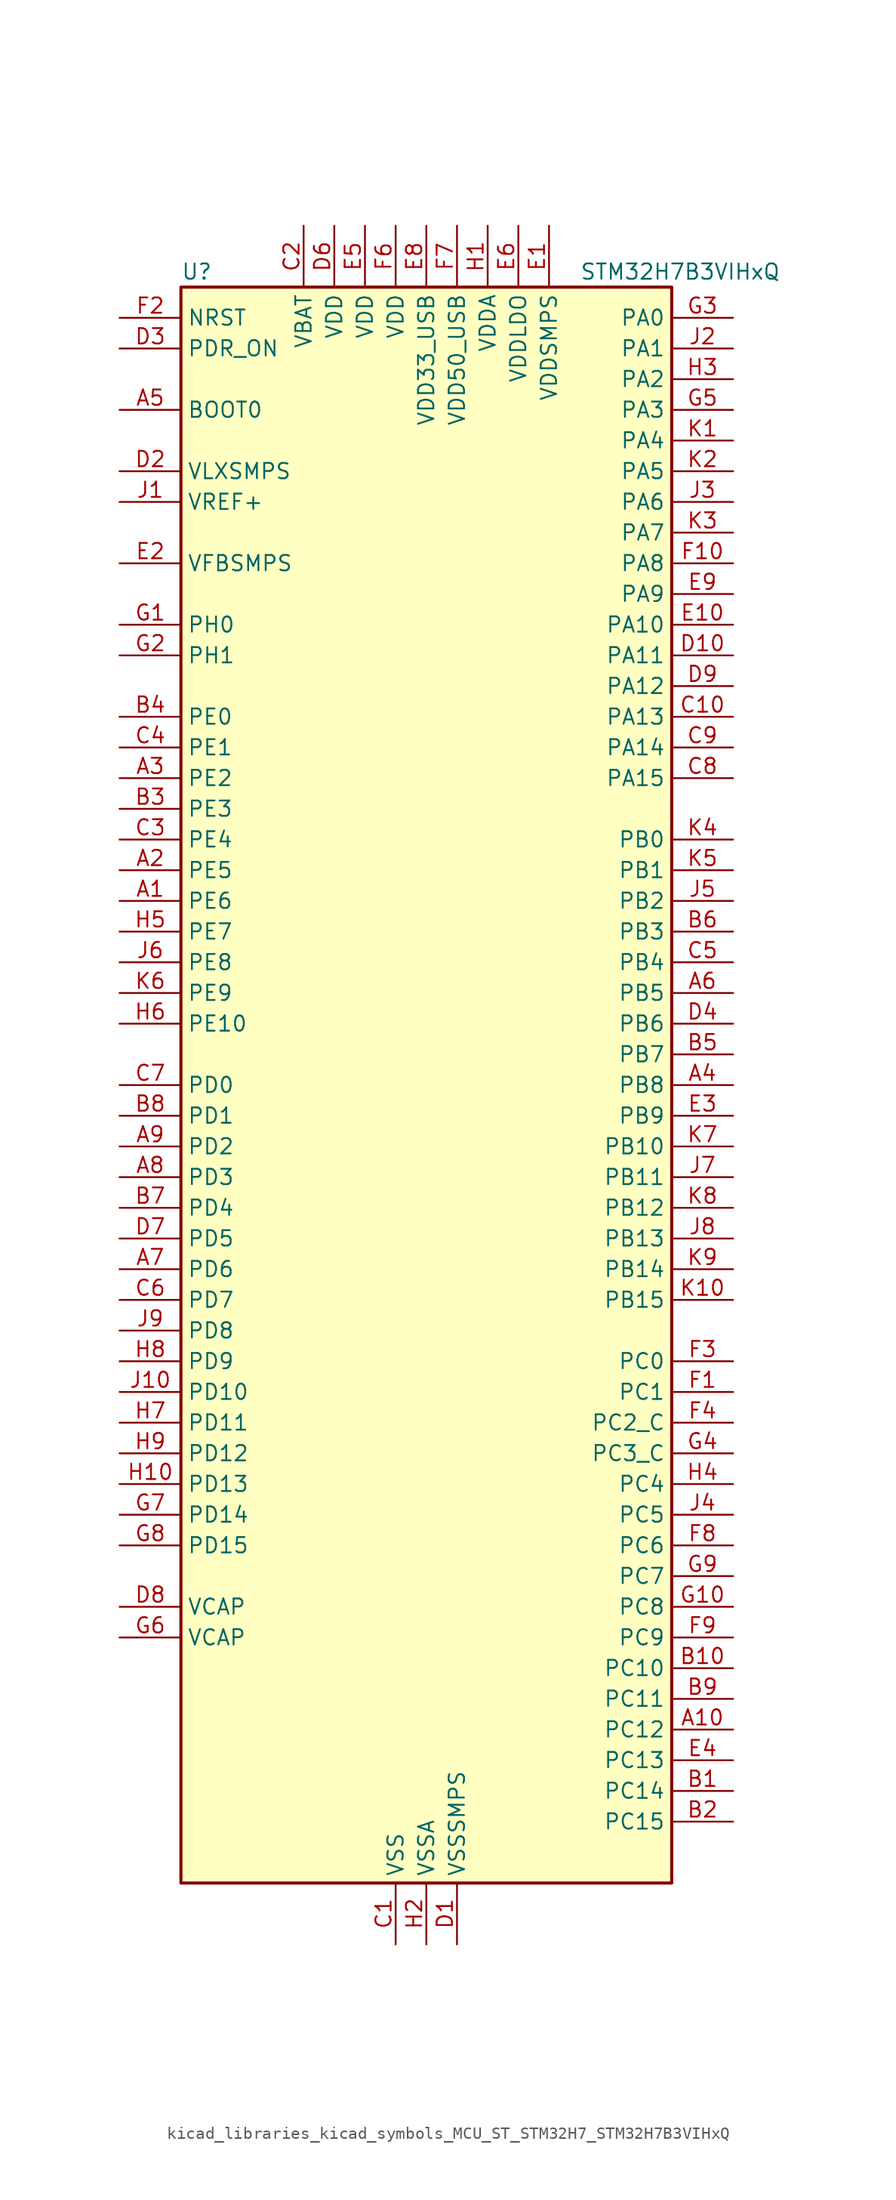
<source format=kicad_sym>
(kicad_symbol_lib
  (version 20220914)
  (generator kicad_symbol_editor)
  (symbol "kicad_libraries_kicad_symbols_MCU_ST_STM32H7_STM32H7B3VIHxQ"
    (property "Reference" "U"
      (at -20.32 67.31 0)
      (effects (font (size 1.27 1.27)) (justify left)))
    (property "Value" "STM32H7B3VIHxQ"
      (at 12.7 67.31 0)
      (effects (font (size 1.27 1.27)) (justify left)))
    (property "ki_locked" ""
      (at 0 0 0)
      (effects (font (size 1.27 1.27))))
    (symbol "kicad_libraries_kicad_symbols_MCU_ST_STM32H7_STM32H7B3VIHxQ_0_1"
      (rectangle (start -20.32 -66.04) (end 20.32 66.04) (stroke (width 0.254) (type default)) (fill (type background))))
    (symbol "kicad_libraries_kicad_symbols_MCU_ST_STM32H7_STM32H7B3VIHxQ_1_1"
      (pin bidirectional line (at -25.4 15.24 0) (length 5.08) (name "PE6" (effects (font (size 1.27 1.27)))) (number "A1" (effects (font (size 1.27 1.27)))) (alternate "DCMI_D7" bidirectional line) (alternate "DEBUG_TRACED3" bidirectional line) (alternate "FMC_A22" bidirectional line) (alternate "LTDC_G1" bidirectional line) (alternate "PSSI_D7" bidirectional line) (alternate "SAI1_D1" bidirectional line) (alternate "SAI1_SD_A" bidirectional line) (alternate "SAI2_MCLK_B" bidirectional line) (alternate "SPI4_MOSI" bidirectional line) (alternate "TIM15_CH2" bidirectional line) (alternate "TIM1_BKIN2" bidirectional line) (alternate "TIM1_BKIN2_COMP1" bidirectional line) (alternate "TIM1_BKIN2_COMP2" bidirectional line))
      (pin bidirectional line (at 25.4 -53.34 180) (length 5.08) (name "PC12" (effects (font (size 1.27 1.27)))) (number "A10" (effects (font (size 1.27 1.27)))) (alternate "DCMI_D9" bidirectional line) (alternate "DEBUG_TRACED3" bidirectional line) (alternate "DFSDM2_CKOUT" bidirectional line) (alternate "I2S3_SDO" bidirectional line) (alternate "I2S6_CK" bidirectional line) (alternate "LTDC_R6" bidirectional line) (alternate "PSSI_D9" bidirectional line) (alternate "SDMMC1_CK" bidirectional line) (alternate "SPI3_MOSI" bidirectional line) (alternate "SPI6_SCK" bidirectional line) (alternate "TIM15_CH1" bidirectional line) (alternate "UART5_TX" bidirectional line) (alternate "USART3_CK" bidirectional line))
      (pin bidirectional line (at -25.4 17.78 0) (length 5.08) (name "PE5" (effects (font (size 1.27 1.27)))) (number "A2" (effects (font (size 1.27 1.27)))) (alternate "DCMI_D6" bidirectional line) (alternate "DEBUG_TRACED2" bidirectional line) (alternate "DFSDM1_CKIN3" bidirectional line) (alternate "FMC_A21" bidirectional line) (alternate "LTDC_G0" bidirectional line) (alternate "PSSI_D6" bidirectional line) (alternate "SAI1_CK2" bidirectional line) (alternate "SAI1_SCK_A" bidirectional line) (alternate "SPI4_MISO" bidirectional line) (alternate "TIM15_CH1" bidirectional line))
      (pin bidirectional line (at -25.4 25.4 0) (length 5.08) (name "PE2" (effects (font (size 1.27 1.27)))) (number "A3" (effects (font (size 1.27 1.27)))) (alternate "DEBUG_TRACECLK" bidirectional line) (alternate "FMC_A23" bidirectional line) (alternate "OCTOSPIM_P1_IO2" bidirectional line) (alternate "SAI1_CK1" bidirectional line) (alternate "SAI1_MCLK_A" bidirectional line) (alternate "SPI4_SCK" bidirectional line) (alternate "USART10_RX" bidirectional line))
      (pin bidirectional line (at 25.4 0 180) (length 5.08) (name "PB8" (effects (font (size 1.27 1.27)))) (number "A4" (effects (font (size 1.27 1.27)))) (alternate "DCMI_D6" bidirectional line) (alternate "DFSDM1_CKIN7" bidirectional line) (alternate "FDCAN1_RX" bidirectional line) (alternate "I2C1_SCL" bidirectional line) (alternate "I2C4_SCL" bidirectional line) (alternate "LTDC_B6" bidirectional line) (alternate "PSSI_D6" bidirectional line) (alternate "SDMMC1_CKIN" bidirectional line) (alternate "SDMMC1_D4" bidirectional line) (alternate "SDMMC2_D4" bidirectional line) (alternate "TIM16_CH1" bidirectional line) (alternate "TIM4_CH3" bidirectional line) (alternate "UART4_RX" bidirectional line))
      (pin input line (at -25.4 55.88 0) (length 5.08) (name "BOOT0" (effects (font (size 1.27 1.27)))) (number "A5" (effects (font (size 1.27 1.27)))))
      (pin bidirectional line (at 25.4 7.62 180) (length 5.08) (name "PB5" (effects (font (size 1.27 1.27)))) (number "A6" (effects (font (size 1.27 1.27)))) (alternate "DCMI_D10" bidirectional line) (alternate "FDCAN2_RX" bidirectional line) (alternate "FMC_SDCKE1" bidirectional line) (alternate "I2C1_SMBA" bidirectional line) (alternate "I2C4_SMBA" bidirectional line) (alternate "I2S1_SDO" bidirectional line) (alternate "I2S3_SDO" bidirectional line) (alternate "I2S6_SDO" bidirectional line) (alternate "LTDC_B5" bidirectional line) (alternate "PSSI_D10" bidirectional line) (alternate "SPI1_MOSI" bidirectional line) (alternate "SPI3_MOSI" bidirectional line) (alternate "SPI6_MOSI" bidirectional line) (alternate "TIM17_BKIN" bidirectional line) (alternate "TIM3_CH2" bidirectional line) (alternate "UART5_RX" bidirectional line) (alternate "USB_OTG_HS_ULPI_D7" bidirectional line))
      (pin bidirectional line (at -25.4 -15.24 0) (length 5.08) (name "PD6" (effects (font (size 1.27 1.27)))) (number "A7" (effects (font (size 1.27 1.27)))) (alternate "DCMI_D10" bidirectional line) (alternate "DFSDM1_CKIN4" bidirectional line) (alternate "DFSDM1_DATIN1" bidirectional line) (alternate "FMC_NWAIT" bidirectional line) (alternate "I2S3_SDO" bidirectional line) (alternate "LTDC_B2" bidirectional line) (alternate "OCTOSPIM_P1_IO6" bidirectional line) (alternate "PSSI_D10" bidirectional line) (alternate "SAI1_D1" bidirectional line) (alternate "SAI1_SD_A" bidirectional line) (alternate "SDMMC2_CK" bidirectional line) (alternate "SPI3_MOSI" bidirectional line) (alternate "USART2_RX" bidirectional line))
      (pin bidirectional line (at -25.4 -7.62 0) (length 5.08) (name "PD3" (effects (font (size 1.27 1.27)))) (number "A8" (effects (font (size 1.27 1.27)))) (alternate "DCMI_D5" bidirectional line) (alternate "DFSDM1_CKOUT" bidirectional line) (alternate "FMC_CLK" bidirectional line) (alternate "I2S2_CK" bidirectional line) (alternate "LTDC_G7" bidirectional line) (alternate "PSSI_D5" bidirectional line) (alternate "SPI2_SCK" bidirectional line) (alternate "USART2_CTS" bidirectional line) (alternate "USART2_NSS" bidirectional line))
      (pin bidirectional line (at -25.4 -5.08 0) (length 5.08) (name "PD2" (effects (font (size 1.27 1.27)))) (number "A9" (effects (font (size 1.27 1.27)))) (alternate "DCMI_D11" bidirectional line) (alternate "DEBUG_TRACED2" bidirectional line) (alternate "LTDC_B2" bidirectional line) (alternate "LTDC_B7" bidirectional line) (alternate "PSSI_D11" bidirectional line) (alternate "SDMMC1_CMD" bidirectional line) (alternate "TIM15_BKIN" bidirectional line) (alternate "TIM3_ETR" bidirectional line) (alternate "UART5_RX" bidirectional line))
      (pin bidirectional line (at 25.4 -58.42 180) (length 5.08) (name "PC14" (effects (font (size 1.27 1.27)))) (number "B1" (effects (font (size 1.27 1.27)))) (alternate "RCC_OSC32_IN" bidirectional line))
      (pin bidirectional line (at 25.4 -48.26 180) (length 5.08) (name "PC10" (effects (font (size 1.27 1.27)))) (number "B10" (effects (font (size 1.27 1.27)))) (alternate "DCMI_D8" bidirectional line) (alternate "DFSDM1_CKIN5" bidirectional line) (alternate "DFSDM2_CKIN0" bidirectional line) (alternate "I2S3_CK" bidirectional line) (alternate "LTDC_B1" bidirectional line) (alternate "LTDC_R2" bidirectional line) (alternate "OCTOSPIM_P1_IO1" bidirectional line) (alternate "PSSI_D8" bidirectional line) (alternate "SDMMC1_D2" bidirectional line) (alternate "SPI3_SCK" bidirectional line) (alternate "SWPMI1_RX" bidirectional line) (alternate "UART4_TX" bidirectional line) (alternate "USART3_TX" bidirectional line))
      (pin bidirectional line (at 25.4 -60.96 180) (length 5.08) (name "PC15" (effects (font (size 1.27 1.27)))) (number "B2" (effects (font (size 1.27 1.27)))) (alternate "ADC1_EXTI15" bidirectional line) (alternate "ADC2_EXTI15" bidirectional line) (alternate "RCC_OSC32_OUT" bidirectional line))
      (pin bidirectional line (at -25.4 22.86 0) (length 5.08) (name "PE3" (effects (font (size 1.27 1.27)))) (number "B3" (effects (font (size 1.27 1.27)))) (alternate "DEBUG_TRACED0" bidirectional line) (alternate "FMC_A19" bidirectional line) (alternate "SAI1_SD_B" bidirectional line) (alternate "TIM15_BKIN" bidirectional line) (alternate "USART10_TX" bidirectional line))
      (pin bidirectional line (at -25.4 30.48 0) (length 5.08) (name "PE0" (effects (font (size 1.27 1.27)))) (number "B4" (effects (font (size 1.27 1.27)))) (alternate "DCMI_D2" bidirectional line) (alternate "FMC_NBL0" bidirectional line) (alternate "LPTIM1_ETR" bidirectional line) (alternate "LPTIM2_ETR" bidirectional line) (alternate "LTDC_R0" bidirectional line) (alternate "PSSI_D2" bidirectional line) (alternate "SAI2_MCLK_A" bidirectional line) (alternate "TIM4_ETR" bidirectional line) (alternate "UART8_RX" bidirectional line))
      (pin bidirectional line (at 25.4 2.54 180) (length 5.08) (name "PB7" (effects (font (size 1.27 1.27)))) (number "B5" (effects (font (size 1.27 1.27)))) (alternate "DCMI_VSYNC" bidirectional line) (alternate "DFSDM1_CKIN5" bidirectional line) (alternate "FMC_NL" bidirectional line) (alternate "I2C1_SDA" bidirectional line) (alternate "I2C4_SDA" bidirectional line) (alternate "LPUART1_RX" bidirectional line) (alternate "PSSI_RDY" bidirectional line) (alternate "PWR_PVD_IN" bidirectional line) (alternate "TIM17_CH1N" bidirectional line) (alternate "TIM4_CH2" bidirectional line) (alternate "USART1_RX" bidirectional line))
      (pin bidirectional line (at 25.4 12.7 180) (length 5.08) (name "PB3" (effects (font (size 1.27 1.27)))) (number "B6" (effects (font (size 1.27 1.27)))) (alternate "CRS_SYNC" bidirectional line) (alternate "DEBUG_JTDO-SWO" bidirectional line) (alternate "I2S1_CK" bidirectional line) (alternate "I2S3_CK" bidirectional line) (alternate "I2S6_CK" bidirectional line) (alternate "SDMMC2_D2" bidirectional line) (alternate "SPI1_SCK" bidirectional line) (alternate "SPI3_SCK" bidirectional line) (alternate "SPI6_SCK" bidirectional line) (alternate "TIM2_CH2" bidirectional line) (alternate "UART7_RX" bidirectional line))
      (pin bidirectional line (at -25.4 -10.16 0) (length 5.08) (name "PD4" (effects (font (size 1.27 1.27)))) (number "B7" (effects (font (size 1.27 1.27)))) (alternate "FMC_NOE" bidirectional line) (alternate "OCTOSPIM_P1_IO4" bidirectional line) (alternate "USART2_DE" bidirectional line) (alternate "USART2_RTS" bidirectional line))
      (pin bidirectional line (at -25.4 -2.54 0) (length 5.08) (name "PD1" (effects (font (size 1.27 1.27)))) (number "B8" (effects (font (size 1.27 1.27)))) (alternate "DFSDM1_DATIN6" bidirectional line) (alternate "FDCAN1_TX" bidirectional line) (alternate "FMC_D3" bidirectional line) (alternate "FMC_DA3" bidirectional line) (alternate "UART4_TX" bidirectional line))
      (pin bidirectional line (at 25.4 -50.8 180) (length 5.08) (name "PC11" (effects (font (size 1.27 1.27)))) (number "B9" (effects (font (size 1.27 1.27)))) (alternate "ADC1_EXTI11" bidirectional line) (alternate "ADC2_EXTI11" bidirectional line) (alternate "DCMI_D4" bidirectional line) (alternate "DFSDM1_DATIN5" bidirectional line) (alternate "DFSDM2_DATIN0" bidirectional line) (alternate "I2S3_SDI" bidirectional line) (alternate "LTDC_B4" bidirectional line) (alternate "OCTOSPIM_P1_NCS" bidirectional line) (alternate "PSSI_D4" bidirectional line) (alternate "SDMMC1_D3" bidirectional line) (alternate "SPI3_MISO" bidirectional line) (alternate "UART4_RX" bidirectional line) (alternate "USART3_RX" bidirectional line))
      (pin power_in line (at -2.54 -71.12 90) (length 5.08) (name "VSS" (effects (font (size 1.27 1.27)))) (number "C1" (effects (font (size 1.27 1.27)))))
      (pin bidirectional line (at 25.4 30.48 180) (length 5.08) (name "PA13" (effects (font (size 1.27 1.27)))) (number "C10" (effects (font (size 1.27 1.27)))) (alternate "DEBUG_JTMS-SWDIO" bidirectional line))
      (pin power_in line (at -10.16 71.12 270) (length 5.08) (name "VBAT" (effects (font (size 1.27 1.27)))) (number "C2" (effects (font (size 1.27 1.27)))))
      (pin bidirectional line (at -25.4 20.32 0) (length 5.08) (name "PE4" (effects (font (size 1.27 1.27)))) (number "C3" (effects (font (size 1.27 1.27)))) (alternate "DCMI_D4" bidirectional line) (alternate "DEBUG_TRACED1" bidirectional line) (alternate "DFSDM1_DATIN3" bidirectional line) (alternate "FMC_A20" bidirectional line) (alternate "LTDC_B0" bidirectional line) (alternate "PSSI_D4" bidirectional line) (alternate "SAI1_D2" bidirectional line) (alternate "SAI1_FS_A" bidirectional line) (alternate "SPI4_NSS" bidirectional line) (alternate "TIM15_CH1N" bidirectional line))
      (pin bidirectional line (at -25.4 27.94 0) (length 5.08) (name "PE1" (effects (font (size 1.27 1.27)))) (number "C4" (effects (font (size 1.27 1.27)))) (alternate "DCMI_D3" bidirectional line) (alternate "FMC_NBL1" bidirectional line) (alternate "LPTIM1_IN2" bidirectional line) (alternate "LTDC_R6" bidirectional line) (alternate "PSSI_D3" bidirectional line) (alternate "UART8_TX" bidirectional line))
      (pin bidirectional line (at 25.4 10.16 180) (length 5.08) (name "PB4" (effects (font (size 1.27 1.27)))) (number "C5" (effects (font (size 1.27 1.27)))) (alternate "DEBUG_JTRST" bidirectional line) (alternate "I2S1_SDI" bidirectional line) (alternate "I2S2_WS" bidirectional line) (alternate "I2S3_SDI" bidirectional line) (alternate "I2S6_SDI" bidirectional line) (alternate "SDMMC2_D3" bidirectional line) (alternate "SPI1_MISO" bidirectional line) (alternate "SPI2_NSS" bidirectional line) (alternate "SPI3_MISO" bidirectional line) (alternate "SPI6_MISO" bidirectional line) (alternate "TIM16_BKIN" bidirectional line) (alternate "TIM3_CH1" bidirectional line) (alternate "UART7_TX" bidirectional line))
      (pin bidirectional line (at -25.4 -17.78 0) (length 5.08) (name "PD7" (effects (font (size 1.27 1.27)))) (number "C6" (effects (font (size 1.27 1.27)))) (alternate "DFSDM1_CKIN1" bidirectional line) (alternate "DFSDM1_DATIN4" bidirectional line) (alternate "FMC_NE1" bidirectional line) (alternate "I2S1_SDO" bidirectional line) (alternate "OCTOSPIM_P1_IO7" bidirectional line) (alternate "SDMMC2_CMD" bidirectional line) (alternate "SPDIFRX_IN0" bidirectional line) (alternate "SPI1_MOSI" bidirectional line) (alternate "USART2_CK" bidirectional line))
      (pin bidirectional line (at -25.4 0 0) (length 5.08) (name "PD0" (effects (font (size 1.27 1.27)))) (number "C7" (effects (font (size 1.27 1.27)))) (alternate "DFSDM1_CKIN6" bidirectional line) (alternate "FDCAN1_RX" bidirectional line) (alternate "FMC_D2" bidirectional line) (alternate "FMC_DA2" bidirectional line) (alternate "LTDC_B1" bidirectional line) (alternate "UART4_RX" bidirectional line) (alternate "UART9_CTS" bidirectional line))
      (pin bidirectional line (at 25.4 25.4 180) (length 5.08) (name "PA15" (effects (font (size 1.27 1.27)))) (number "C8" (effects (font (size 1.27 1.27)))) (alternate "ADC1_EXTI15" bidirectional line) (alternate "ADC2_EXTI15" bidirectional line) (alternate "CEC" bidirectional line) (alternate "DEBUG_JTDI" bidirectional line) (alternate "I2S1_WS" bidirectional line) (alternate "I2S3_WS" bidirectional line) (alternate "I2S6_WS" bidirectional line) (alternate "LTDC_B6" bidirectional line) (alternate "LTDC_R3" bidirectional line) (alternate "SPI1_NSS" bidirectional line) (alternate "SPI3_NSS" bidirectional line) (alternate "SPI6_NSS" bidirectional line) (alternate "TIM2_CH1" bidirectional line) (alternate "TIM2_ETR" bidirectional line) (alternate "UART4_DE" bidirectional line) (alternate "UART4_RTS" bidirectional line) (alternate "UART7_TX" bidirectional line))
      (pin bidirectional line (at 25.4 27.94 180) (length 5.08) (name "PA14" (effects (font (size 1.27 1.27)))) (number "C9" (effects (font (size 1.27 1.27)))) (alternate "DEBUG_JTCK-SWCLK" bidirectional line))
      (pin power_in line (at 2.54 -71.12 90) (length 5.08) (name "VSSSMPS" (effects (font (size 1.27 1.27)))) (number "D1" (effects (font (size 1.27 1.27)))))
      (pin bidirectional line (at 25.4 35.56 180) (length 5.08) (name "PA11" (effects (font (size 1.27 1.27)))) (number "D10" (effects (font (size 1.27 1.27)))) (alternate "ADC1_EXTI11" bidirectional line) (alternate "ADC2_EXTI11" bidirectional line) (alternate "FDCAN1_RX" bidirectional line) (alternate "I2S2_WS" bidirectional line) (alternate "LPUART1_CTS" bidirectional line) (alternate "LTDC_R4" bidirectional line) (alternate "SPI2_NSS" bidirectional line) (alternate "TIM1_CH4" bidirectional line) (alternate "UART4_RX" bidirectional line) (alternate "USART1_CTS" bidirectional line) (alternate "USART1_NSS" bidirectional line) (alternate "USB_OTG_HS_DM" bidirectional line))
      (pin power_in line (at -25.4 50.8 0) (length 5.08) (name "VLXSMPS" (effects (font (size 1.27 1.27)))) (number "D2" (effects (font (size 1.27 1.27)))))
      (pin input line (at -25.4 60.96 0) (length 5.08) (name "PDR_ON" (effects (font (size 1.27 1.27)))) (number "D3" (effects (font (size 1.27 1.27)))))
      (pin bidirectional line (at 25.4 5.08 180) (length 5.08) (name "PB6" (effects (font (size 1.27 1.27)))) (number "D4" (effects (font (size 1.27 1.27)))) (alternate "CEC" bidirectional line) (alternate "DCMI_D5" bidirectional line) (alternate "DFSDM1_DATIN5" bidirectional line) (alternate "FDCAN2_TX" bidirectional line) (alternate "FMC_SDNE1" bidirectional line) (alternate "I2C1_SCL" bidirectional line) (alternate "I2C4_SCL" bidirectional line) (alternate "LPUART1_TX" bidirectional line) (alternate "OCTOSPIM_P1_NCS" bidirectional line) (alternate "PSSI_D5" bidirectional line) (alternate "TIM16_CH1N" bidirectional line) (alternate "TIM4_CH1" bidirectional line) (alternate "UART5_TX" bidirectional line) (alternate "USART1_TX" bidirectional line))
      (pin passive line (at -2.54 -71.12 90) (length 5.08) hide (name "VSS" (effects (font (size 1.27 1.27)))) (number "D5" (effects (font (size 1.27 1.27)))))
      (pin power_in line (at -7.62 71.12 270) (length 5.08) (name "VDD" (effects (font (size 1.27 1.27)))) (number "D6" (effects (font (size 1.27 1.27)))))
      (pin bidirectional line (at -25.4 -12.7 0) (length 5.08) (name "PD5" (effects (font (size 1.27 1.27)))) (number "D7" (effects (font (size 1.27 1.27)))) (alternate "FMC_NWE" bidirectional line) (alternate "OCTOSPIM_P1_IO5" bidirectional line) (alternate "USART2_TX" bidirectional line))
      (pin power_out line (at -25.4 -43.18 0) (length 5.08) (name "VCAP" (effects (font (size 1.27 1.27)))) (number "D8" (effects (font (size 1.27 1.27)))))
      (pin bidirectional line (at 25.4 33.02 180) (length 5.08) (name "PA12" (effects (font (size 1.27 1.27)))) (number "D9" (effects (font (size 1.27 1.27)))) (alternate "FDCAN1_TX" bidirectional line) (alternate "I2S2_CK" bidirectional line) (alternate "LPUART1_DE" bidirectional line) (alternate "LPUART1_RTS" bidirectional line) (alternate "LTDC_R5" bidirectional line) (alternate "SAI2_FS_B" bidirectional line) (alternate "SPI2_SCK" bidirectional line) (alternate "TIM1_ETR" bidirectional line) (alternate "UART4_TX" bidirectional line) (alternate "USART1_DE" bidirectional line) (alternate "USART1_RTS" bidirectional line) (alternate "USB_OTG_HS_DP" bidirectional line))
      (pin power_in line (at 10.16 71.12 270) (length 5.08) (name "VDDSMPS" (effects (font (size 1.27 1.27)))) (number "E1" (effects (font (size 1.27 1.27)))))
      (pin bidirectional line (at 25.4 38.1 180) (length 5.08) (name "PA10" (effects (font (size 1.27 1.27)))) (number "E10" (effects (font (size 1.27 1.27)))) (alternate "DCMI_D1" bidirectional line) (alternate "LPUART1_RX" bidirectional line) (alternate "LTDC_B1" bidirectional line) (alternate "LTDC_B4" bidirectional line) (alternate "MDIOS_MDIO" bidirectional line) (alternate "PSSI_D1" bidirectional line) (alternate "TIM1_CH3" bidirectional line) (alternate "USART1_RX" bidirectional line) (alternate "USB_OTG_HS_ID" bidirectional line))
      (pin input line (at -25.4 43.18 0) (length 5.08) (name "VFBSMPS" (effects (font (size 1.27 1.27)))) (number "E2" (effects (font (size 1.27 1.27)))))
      (pin bidirectional line (at 25.4 -2.54 180) (length 5.08) (name "PB9" (effects (font (size 1.27 1.27)))) (number "E3" (effects (font (size 1.27 1.27)))) (alternate "DAC1_EXTI9" bidirectional line) (alternate "DCMI_D7" bidirectional line) (alternate "DFSDM1_DATIN7" bidirectional line) (alternate "FDCAN1_TX" bidirectional line) (alternate "I2C1_SDA" bidirectional line) (alternate "I2C4_SDA" bidirectional line) (alternate "I2C4_SMBA" bidirectional line) (alternate "I2S2_WS" bidirectional line) (alternate "LTDC_B7" bidirectional line) (alternate "PSSI_D7" bidirectional line) (alternate "SDMMC1_CDIR" bidirectional line) (alternate "SDMMC1_D5" bidirectional line) (alternate "SDMMC2_D5" bidirectional line) (alternate "SPI2_NSS" bidirectional line) (alternate "TIM17_CH1" bidirectional line) (alternate "TIM4_CH4" bidirectional line) (alternate "UART4_TX" bidirectional line))
      (pin bidirectional line (at 25.4 -55.88 180) (length 5.08) (name "PC13" (effects (font (size 1.27 1.27)))) (number "E4" (effects (font (size 1.27 1.27)))) (alternate "PWR_WKUP4" bidirectional line) (alternate "RTC_OUT_ALARM" bidirectional line) (alternate "RTC_OUT_CALIB" bidirectional line) (alternate "RTC_TAMP1" bidirectional line) (alternate "RTC_TS" bidirectional line))
      (pin power_in line (at -5.08 71.12 270) (length 5.08) (name "VDD" (effects (font (size 1.27 1.27)))) (number "E5" (effects (font (size 1.27 1.27)))))
      (pin power_in line (at 7.62 71.12 270) (length 5.08) (name "VDDLDO" (effects (font (size 1.27 1.27)))) (number "E6" (effects (font (size 1.27 1.27)))))
      (pin passive line (at -2.54 -71.12 90) (length 5.08) hide (name "VSS" (effects (font (size 1.27 1.27)))) (number "E7" (effects (font (size 1.27 1.27)))))
      (pin power_in line (at 0 71.12 270) (length 5.08) (name "VDD33_USB" (effects (font (size 1.27 1.27)))) (number "E8" (effects (font (size 1.27 1.27)))))
      (pin bidirectional line (at 25.4 40.64 180) (length 5.08) (name "PA9" (effects (font (size 1.27 1.27)))) (number "E9" (effects (font (size 1.27 1.27)))) (alternate "DAC1_EXTI9" bidirectional line) (alternate "DCMI_D0" bidirectional line) (alternate "I2C3_SMBA" bidirectional line) (alternate "I2S2_CK" bidirectional line) (alternate "LPUART1_TX" bidirectional line) (alternate "LTDC_R5" bidirectional line) (alternate "PSSI_D0" bidirectional line) (alternate "SPI2_SCK" bidirectional line) (alternate "TIM1_CH2" bidirectional line) (alternate "USART1_TX" bidirectional line) (alternate "USB_OTG_HS_VBUS" bidirectional line))
      (pin bidirectional line (at 25.4 -25.4 180) (length 5.08) (name "PC1" (effects (font (size 1.27 1.27)))) (number "F1" (effects (font (size 1.27 1.27)))) (alternate "ADC1_INN10" bidirectional line) (alternate "ADC1_INP11" bidirectional line) (alternate "ADC2_INN10" bidirectional line) (alternate "ADC2_INP11" bidirectional line) (alternate "DEBUG_TRACED0" bidirectional line) (alternate "DFSDM1_CKIN4" bidirectional line) (alternate "DFSDM1_DATIN0" bidirectional line) (alternate "I2S2_SDO" bidirectional line) (alternate "LTDC_G5" bidirectional line) (alternate "MDIOS_MDC" bidirectional line) (alternate "OCTOSPIM_P1_IO4" bidirectional line) (alternate "PWR_WKUP6" bidirectional line) (alternate "RTC_TAMP3" bidirectional line) (alternate "SAI1_D1" bidirectional line) (alternate "SAI1_SD_A" bidirectional line) (alternate "SDMMC2_CK" bidirectional line) (alternate "SPI2_MOSI" bidirectional line))
      (pin bidirectional line (at 25.4 43.18 180) (length 5.08) (name "PA8" (effects (font (size 1.27 1.27)))) (number "F10" (effects (font (size 1.27 1.27)))) (alternate "I2C3_SCL" bidirectional line) (alternate "LTDC_B3" bidirectional line) (alternate "LTDC_R6" bidirectional line) (alternate "RCC_MCO_1" bidirectional line) (alternate "TIM1_CH1" bidirectional line) (alternate "TIM8_BKIN2" bidirectional line) (alternate "TIM8_BKIN2_COMP1" bidirectional line) (alternate "TIM8_BKIN2_COMP2" bidirectional line) (alternate "UART7_RX" bidirectional line) (alternate "USART1_CK" bidirectional line) (alternate "USB_OTG_HS_SOF" bidirectional line))
      (pin input line (at -25.4 63.5 0) (length 5.08) (name "NRST" (effects (font (size 1.27 1.27)))) (number "F2" (effects (font (size 1.27 1.27)))))
      (pin bidirectional line (at 25.4 -22.86 180) (length 5.08) (name "PC0" (effects (font (size 1.27 1.27)))) (number "F3" (effects (font (size 1.27 1.27)))) (alternate "ADC1_INP10" bidirectional line) (alternate "ADC2_INP10" bidirectional line) (alternate "DFSDM1_CKIN0" bidirectional line) (alternate "DFSDM1_DATIN4" bidirectional line) (alternate "FMC_A25" bidirectional line) (alternate "FMC_SDNWE" bidirectional line) (alternate "LTDC_G2" bidirectional line) (alternate "LTDC_R5" bidirectional line) (alternate "SAI2_FS_B" bidirectional line) (alternate "USB_OTG_HS_ULPI_STP" bidirectional line))
      (pin bidirectional line (at 25.4 -27.94 180) (length 5.08) (name "PC2_C" (effects (font (size 1.27 1.27)))) (number "F4" (effects (font (size 1.27 1.27)))) (alternate "ADC2_INN1" bidirectional line) (alternate "ADC2_INP0" bidirectional line) (alternate "DFSDM1_CKIN1" bidirectional line) (alternate "DFSDM1_CKOUT" bidirectional line) (alternate "FMC_SDNE0" bidirectional line) (alternate "I2S2_SDI" bidirectional line) (alternate "OCTOSPIM_P1_IO2" bidirectional line) (alternate "OCTOSPIM_P1_IO5" bidirectional line) (alternate "PWR_CSTOP" bidirectional line) (alternate "SPI2_MISO" bidirectional line) (alternate "USB_OTG_HS_ULPI_DIR" bidirectional line))
      (pin passive line (at -2.54 -71.12 90) (length 5.08) hide (name "VSS" (effects (font (size 1.27 1.27)))) (number "F5" (effects (font (size 1.27 1.27)))))
      (pin power_in line (at -2.54 71.12 270) (length 5.08) (name "VDD" (effects (font (size 1.27 1.27)))) (number "F6" (effects (font (size 1.27 1.27)))))
      (pin power_in line (at 2.54 71.12 270) (length 5.08) (name "VDD50_USB" (effects (font (size 1.27 1.27)))) (number "F7" (effects (font (size 1.27 1.27)))))
      (pin bidirectional line (at 25.4 -38.1 180) (length 5.08) (name "PC6" (effects (font (size 1.27 1.27)))) (number "F8" (effects (font (size 1.27 1.27)))) (alternate "DCMI_D0" bidirectional line) (alternate "DFSDM1_CKIN3" bidirectional line) (alternate "FMC_NWAIT" bidirectional line) (alternate "I2S2_MCK" bidirectional line) (alternate "LTDC_HSYNC" bidirectional line) (alternate "PSSI_D0" bidirectional line) (alternate "SDMMC1_D0DIR" bidirectional line) (alternate "SDMMC1_D6" bidirectional line) (alternate "SDMMC2_D6" bidirectional line) (alternate "SWPMI1_IO" bidirectional line) (alternate "TIM3_CH1" bidirectional line) (alternate "TIM8_CH1" bidirectional line) (alternate "USART6_TX" bidirectional line))
      (pin bidirectional line (at 25.4 -45.72 180) (length 5.08) (name "PC9" (effects (font (size 1.27 1.27)))) (number "F9" (effects (font (size 1.27 1.27)))) (alternate "DAC1_EXTI9" bidirectional line) (alternate "DCMI_D3" bidirectional line) (alternate "I2C3_SDA" bidirectional line) (alternate "I2S_CKIN" bidirectional line) (alternate "LTDC_B2" bidirectional line) (alternate "LTDC_G3" bidirectional line) (alternate "OCTOSPIM_P1_IO0" bidirectional line) (alternate "PSSI_D3" bidirectional line) (alternate "RCC_MCO_2" bidirectional line) (alternate "SDMMC1_D1" bidirectional line) (alternate "SWPMI1_SUSPEND" bidirectional line) (alternate "TIM3_CH4" bidirectional line) (alternate "TIM8_CH4" bidirectional line) (alternate "UART5_CTS" bidirectional line))
      (pin bidirectional line (at -25.4 38.1 0) (length 5.08) (name "PH0" (effects (font (size 1.27 1.27)))) (number "G1" (effects (font (size 1.27 1.27)))) (alternate "RCC_OSC_IN" bidirectional line))
      (pin bidirectional line (at 25.4 -43.18 180) (length 5.08) (name "PC8" (effects (font (size 1.27 1.27)))) (number "G10" (effects (font (size 1.27 1.27)))) (alternate "DCMI_D2" bidirectional line) (alternate "DEBUG_TRACED1" bidirectional line) (alternate "FMC_INT" bidirectional line) (alternate "FMC_NCE" bidirectional line) (alternate "FMC_NE2" bidirectional line) (alternate "PSSI_D2" bidirectional line) (alternate "SDMMC1_D0" bidirectional line) (alternate "SWPMI1_RX" bidirectional line) (alternate "TIM3_CH3" bidirectional line) (alternate "TIM8_CH3" bidirectional line) (alternate "UART5_DE" bidirectional line) (alternate "UART5_RTS" bidirectional line) (alternate "USART6_CK" bidirectional line))
      (pin bidirectional line (at -25.4 35.56 0) (length 5.08) (name "PH1" (effects (font (size 1.27 1.27)))) (number "G2" (effects (font (size 1.27 1.27)))) (alternate "RCC_OSC_OUT" bidirectional line))
      (pin bidirectional line (at 25.4 63.5 180) (length 5.08) (name "PA0" (effects (font (size 1.27 1.27)))) (number "G3" (effects (font (size 1.27 1.27)))) (alternate "ADC1_INP16" bidirectional line) (alternate "I2S6_WS" bidirectional line) (alternate "PWR_WKUP1" bidirectional line) (alternate "SAI2_SD_B" bidirectional line) (alternate "SDMMC2_CMD" bidirectional line) (alternate "SPI6_NSS" bidirectional line) (alternate "TIM15_BKIN" bidirectional line) (alternate "TIM2_CH1" bidirectional line) (alternate "TIM2_ETR" bidirectional line) (alternate "TIM5_CH1" bidirectional line) (alternate "TIM8_ETR" bidirectional line) (alternate "UART4_TX" bidirectional line) (alternate "USART2_CTS" bidirectional line) (alternate "USART2_NSS" bidirectional line))
      (pin bidirectional line (at 25.4 -30.48 180) (length 5.08) (name "PC3_C" (effects (font (size 1.27 1.27)))) (number "G4" (effects (font (size 1.27 1.27)))) (alternate "ADC2_INP1" bidirectional line) (alternate "DFSDM1_DATIN1" bidirectional line) (alternate "FMC_SDCKE0" bidirectional line) (alternate "I2S2_SDO" bidirectional line) (alternate "OCTOSPIM_P1_IO0" bidirectional line) (alternate "OCTOSPIM_P1_IO6" bidirectional line) (alternate "PWR_CSLEEP" bidirectional line) (alternate "SPI2_MOSI" bidirectional line) (alternate "USB_OTG_HS_ULPI_NXT" bidirectional line))
      (pin bidirectional line (at 25.4 55.88 180) (length 5.08) (name "PA3" (effects (font (size 1.27 1.27)))) (number "G5" (effects (font (size 1.27 1.27)))) (alternate "ADC1_INP15" bidirectional line) (alternate "I2S6_MCK" bidirectional line) (alternate "LTDC_B2" bidirectional line) (alternate "LTDC_B5" bidirectional line) (alternate "OCTOSPIM_P1_CLK" bidirectional line) (alternate "TIM15_CH2" bidirectional line) (alternate "TIM2_CH4" bidirectional line) (alternate "TIM5_CH4" bidirectional line) (alternate "USART2_RX" bidirectional line) (alternate "USB_OTG_HS_ULPI_D0" bidirectional line))
      (pin power_out line (at -25.4 -45.72 0) (length 5.08) (name "VCAP" (effects (font (size 1.27 1.27)))) (number "G6" (effects (font (size 1.27 1.27)))))
      (pin bidirectional line (at -25.4 -35.56 0) (length 5.08) (name "PD14" (effects (font (size 1.27 1.27)))) (number "G7" (effects (font (size 1.27 1.27)))) (alternate "FMC_D0" bidirectional line) (alternate "FMC_DA0" bidirectional line) (alternate "TIM4_CH3" bidirectional line) (alternate "UART8_CTS" bidirectional line) (alternate "UART9_RX" bidirectional line))
      (pin bidirectional line (at -25.4 -38.1 0) (length 5.08) (name "PD15" (effects (font (size 1.27 1.27)))) (number "G8" (effects (font (size 1.27 1.27)))) (alternate "ADC1_EXTI15" bidirectional line) (alternate "ADC2_EXTI15" bidirectional line) (alternate "FMC_D1" bidirectional line) (alternate "FMC_DA1" bidirectional line) (alternate "TIM4_CH4" bidirectional line) (alternate "UART8_DE" bidirectional line) (alternate "UART8_RTS" bidirectional line) (alternate "UART9_TX" bidirectional line))
      (pin bidirectional line (at 25.4 -40.64 180) (length 5.08) (name "PC7" (effects (font (size 1.27 1.27)))) (number "G9" (effects (font (size 1.27 1.27)))) (alternate "DCMI_D1" bidirectional line) (alternate "DEBUG_TRGIO" bidirectional line) (alternate "DFSDM1_DATIN3" bidirectional line) (alternate "FMC_NE1" bidirectional line) (alternate "I2S3_MCK" bidirectional line) (alternate "LTDC_G6" bidirectional line) (alternate "PSSI_D1" bidirectional line) (alternate "SDMMC1_D123DIR" bidirectional line) (alternate "SDMMC1_D7" bidirectional line) (alternate "SDMMC2_D7" bidirectional line) (alternate "SWPMI1_TX" bidirectional line) (alternate "TIM3_CH2" bidirectional line) (alternate "TIM8_CH2" bidirectional line) (alternate "USART6_RX" bidirectional line))
      (pin power_in line (at 5.08 71.12 270) (length 5.08) (name "VDDA" (effects (font (size 1.27 1.27)))) (number "H1" (effects (font (size 1.27 1.27)))))
      (pin bidirectional line (at -25.4 -33.02 0) (length 5.08) (name "PD13" (effects (font (size 1.27 1.27)))) (number "H10" (effects (font (size 1.27 1.27)))) (alternate "DCMI_D13" bidirectional line) (alternate "FMC_A18" bidirectional line) (alternate "I2C4_SDA" bidirectional line) (alternate "LPTIM1_OUT" bidirectional line) (alternate "OCTOSPIM_P1_IO3" bidirectional line) (alternate "PSSI_D13" bidirectional line) (alternate "SAI2_SCK_A" bidirectional line) (alternate "TIM4_CH2" bidirectional line) (alternate "UART9_DE" bidirectional line) (alternate "UART9_RTS" bidirectional line))
      (pin power_in line (at 0 -71.12 90) (length 5.08) (name "VSSA" (effects (font (size 1.27 1.27)))) (number "H2" (effects (font (size 1.27 1.27)))))
      (pin bidirectional line (at 25.4 58.42 180) (length 5.08) (name "PA2" (effects (font (size 1.27 1.27)))) (number "H3" (effects (font (size 1.27 1.27)))) (alternate "ADC1_INP14" bidirectional line) (alternate "DFSDM2_CKIN1" bidirectional line) (alternate "LTDC_R1" bidirectional line) (alternate "MDIOS_MDIO" bidirectional line) (alternate "PWR_WKUP2" bidirectional line) (alternate "SAI2_SCK_B" bidirectional line) (alternate "TIM15_CH1" bidirectional line) (alternate "TIM2_CH3" bidirectional line) (alternate "TIM5_CH3" bidirectional line) (alternate "USART2_TX" bidirectional line))
      (pin bidirectional line (at 25.4 -33.02 180) (length 5.08) (name "PC4" (effects (font (size 1.27 1.27)))) (number "H4" (effects (font (size 1.27 1.27)))) (alternate "ADC1_INP4" bidirectional line) (alternate "ADC2_INP4" bidirectional line) (alternate "COMP1_INM" bidirectional line) (alternate "DFSDM1_CKIN2" bidirectional line) (alternate "FMC_SDNE0" bidirectional line) (alternate "I2S1_MCK" bidirectional line) (alternate "LTDC_R7" bidirectional line) (alternate "OPAMP1_VOUT" bidirectional line) (alternate "SPDIFRX_IN2" bidirectional line))
      (pin bidirectional line (at -25.4 12.7 0) (length 5.08) (name "PE7" (effects (font (size 1.27 1.27)))) (number "H5" (effects (font (size 1.27 1.27)))) (alternate "COMP2_INM" bidirectional line) (alternate "DFSDM1_DATIN2" bidirectional line) (alternate "FMC_D4" bidirectional line) (alternate "FMC_DA4" bidirectional line) (alternate "OCTOSPIM_P1_IO4" bidirectional line) (alternate "OPAMP2_VOUT" bidirectional line) (alternate "TIM1_ETR" bidirectional line) (alternate "UART7_RX" bidirectional line))
      (pin bidirectional line (at -25.4 5.08 0) (length 5.08) (name "PE10" (effects (font (size 1.27 1.27)))) (number "H6" (effects (font (size 1.27 1.27)))) (alternate "COMP2_INM" bidirectional line) (alternate "DFSDM1_DATIN4" bidirectional line) (alternate "FMC_D7" bidirectional line) (alternate "FMC_DA7" bidirectional line) (alternate "OCTOSPIM_P1_IO7" bidirectional line) (alternate "TIM1_CH2N" bidirectional line) (alternate "UART7_CTS" bidirectional line))
      (pin bidirectional line (at -25.4 -27.94 0) (length 5.08) (name "PD11" (effects (font (size 1.27 1.27)))) (number "H7" (effects (font (size 1.27 1.27)))) (alternate "ADC1_EXTI11" bidirectional line) (alternate "ADC2_EXTI11" bidirectional line) (alternate "FMC_A16" bidirectional line) (alternate "FMC_CLE" bidirectional line) (alternate "I2C4_SMBA" bidirectional line) (alternate "LPTIM2_IN2" bidirectional line) (alternate "OCTOSPIM_P1_IO0" bidirectional line) (alternate "SAI2_SD_A" bidirectional line) (alternate "USART3_CTS" bidirectional line) (alternate "USART3_NSS" bidirectional line))
      (pin bidirectional line (at -25.4 -22.86 0) (length 5.08) (name "PD9" (effects (font (size 1.27 1.27)))) (number "H8" (effects (font (size 1.27 1.27)))) (alternate "DAC1_EXTI9" bidirectional line) (alternate "DFSDM1_DATIN3" bidirectional line) (alternate "FMC_D14" bidirectional line) (alternate "FMC_DA14" bidirectional line) (alternate "USART3_RX" bidirectional line))
      (pin bidirectional line (at -25.4 -30.48 0) (length 5.08) (name "PD12" (effects (font (size 1.27 1.27)))) (number "H9" (effects (font (size 1.27 1.27)))) (alternate "DCMI_D12" bidirectional line) (alternate "FMC_A17" bidirectional line) (alternate "FMC_ALE" bidirectional line) (alternate "I2C4_SCL" bidirectional line) (alternate "LPTIM1_IN1" bidirectional line) (alternate "LPTIM2_IN1" bidirectional line) (alternate "OCTOSPIM_P1_IO1" bidirectional line) (alternate "PSSI_D12" bidirectional line) (alternate "SAI2_FS_A" bidirectional line) (alternate "TIM4_CH1" bidirectional line) (alternate "USART3_DE" bidirectional line) (alternate "USART3_RTS" bidirectional line))
      (pin input line (at -25.4 48.26 0) (length 5.08) (name "VREF+" (effects (font (size 1.27 1.27)))) (number "J1" (effects (font (size 1.27 1.27)))) (alternate "VREFBUF_OUT" bidirectional line))
      (pin bidirectional line (at -25.4 -25.4 0) (length 5.08) (name "PD10" (effects (font (size 1.27 1.27)))) (number "J10" (effects (font (size 1.27 1.27)))) (alternate "DFSDM1_CKOUT" bidirectional line) (alternate "DFSDM2_CKOUT" bidirectional line) (alternate "FMC_D15" bidirectional line) (alternate "FMC_DA15" bidirectional line) (alternate "LTDC_B3" bidirectional line) (alternate "USART3_CK" bidirectional line))
      (pin bidirectional line (at 25.4 60.96 180) (length 5.08) (name "PA1" (effects (font (size 1.27 1.27)))) (number "J2" (effects (font (size 1.27 1.27)))) (alternate "ADC1_INN16" bidirectional line) (alternate "ADC1_INP17" bidirectional line) (alternate "LPTIM3_OUT" bidirectional line) (alternate "LTDC_R2" bidirectional line) (alternate "OCTOSPIM_P1_DQS" bidirectional line) (alternate "OCTOSPIM_P1_IO3" bidirectional line) (alternate "SAI2_MCLK_B" bidirectional line) (alternate "TIM15_CH1N" bidirectional line) (alternate "TIM2_CH2" bidirectional line) (alternate "TIM5_CH2" bidirectional line) (alternate "UART4_RX" bidirectional line) (alternate "USART2_DE" bidirectional line) (alternate "USART2_RTS" bidirectional line))
      (pin bidirectional line (at 25.4 48.26 180) (length 5.08) (name "PA6" (effects (font (size 1.27 1.27)))) (number "J3" (effects (font (size 1.27 1.27)))) (alternate "ADC1_INP3" bidirectional line) (alternate "ADC2_INP3" bidirectional line) (alternate "DAC2_OUT1" bidirectional line) (alternate "DCMI_PIXCLK" bidirectional line) (alternate "I2S1_SDI" bidirectional line) (alternate "I2S6_SDI" bidirectional line) (alternate "LTDC_G2" bidirectional line) (alternate "MDIOS_MDC" bidirectional line) (alternate "OCTOSPIM_P1_IO3" bidirectional line) (alternate "PSSI_PDCK" bidirectional line) (alternate "SPI1_MISO" bidirectional line) (alternate "SPI6_MISO" bidirectional line) (alternate "TIM13_CH1" bidirectional line) (alternate "TIM1_BKIN" bidirectional line) (alternate "TIM1_BKIN_COMP1" bidirectional line) (alternate "TIM1_BKIN_COMP2" bidirectional line) (alternate "TIM3_CH1" bidirectional line) (alternate "TIM8_BKIN" bidirectional line) (alternate "TIM8_BKIN_COMP1" bidirectional line) (alternate "TIM8_BKIN_COMP2" bidirectional line))
      (pin bidirectional line (at 25.4 -35.56 180) (length 5.08) (name "PC5" (effects (font (size 1.27 1.27)))) (number "J4" (effects (font (size 1.27 1.27)))) (alternate "ADC1_INN4" bidirectional line) (alternate "ADC1_INP8" bidirectional line) (alternate "ADC2_INN4" bidirectional line) (alternate "ADC2_INP8" bidirectional line) (alternate "COMP1_OUT" bidirectional line) (alternate "DFSDM1_DATIN2" bidirectional line) (alternate "FMC_SDCKE0" bidirectional line) (alternate "LTDC_DE" bidirectional line) (alternate "OCTOSPIM_P1_DQS" bidirectional line) (alternate "OPAMP1_VINM" bidirectional line) (alternate "PSSI_D15" bidirectional line) (alternate "SAI1_D3" bidirectional line) (alternate "SPDIFRX_IN3" bidirectional line))
      (pin bidirectional line (at 25.4 15.24 180) (length 5.08) (name "PB2" (effects (font (size 1.27 1.27)))) (number "J5" (effects (font (size 1.27 1.27)))) (alternate "COMP1_INP" bidirectional line) (alternate "DFSDM1_CKIN1" bidirectional line) (alternate "I2S3_SDO" bidirectional line) (alternate "OCTOSPIM_P1_CLK" bidirectional line) (alternate "OCTOSPIM_P1_DQS" bidirectional line) (alternate "RTC_OUT_ALARM" bidirectional line) (alternate "RTC_OUT_CALIB" bidirectional line) (alternate "SAI1_D1" bidirectional line) (alternate "SAI1_SD_A" bidirectional line) (alternate "SPI3_MOSI" bidirectional line))
      (pin bidirectional line (at -25.4 10.16 0) (length 5.08) (name "PE8" (effects (font (size 1.27 1.27)))) (number "J6" (effects (font (size 1.27 1.27)))) (alternate "COMP2_OUT" bidirectional line) (alternate "DFSDM1_CKIN2" bidirectional line) (alternate "FMC_D5" bidirectional line) (alternate "FMC_DA5" bidirectional line) (alternate "OCTOSPIM_P1_IO5" bidirectional line) (alternate "OPAMP2_VINM" bidirectional line) (alternate "TIM1_CH1N" bidirectional line) (alternate "UART7_TX" bidirectional line))
      (pin bidirectional line (at 25.4 -7.62 180) (length 5.08) (name "PB11" (effects (font (size 1.27 1.27)))) (number "J7" (effects (font (size 1.27 1.27)))) (alternate "ADC1_EXTI11" bidirectional line) (alternate "ADC2_EXTI11" bidirectional line) (alternate "DFSDM1_CKIN7" bidirectional line) (alternate "I2C2_SDA" bidirectional line) (alternate "LPTIM2_ETR" bidirectional line) (alternate "LTDC_G5" bidirectional line) (alternate "TIM2_CH4" bidirectional line) (alternate "USART3_RX" bidirectional line) (alternate "USB_OTG_HS_ULPI_D4" bidirectional line))
      (pin bidirectional line (at 25.4 -12.7 180) (length 5.08) (name "PB13" (effects (font (size 1.27 1.27)))) (number "J8" (effects (font (size 1.27 1.27)))) (alternate "DCMI_D2" bidirectional line) (alternate "DFSDM1_CKIN1" bidirectional line) (alternate "DFSDM2_CKIN1" bidirectional line) (alternate "FDCAN2_TX" bidirectional line) (alternate "I2S2_CK" bidirectional line) (alternate "LPTIM2_OUT" bidirectional line) (alternate "PSSI_D2" bidirectional line) (alternate "SDMMC1_D0" bidirectional line) (alternate "SPI2_SCK" bidirectional line) (alternate "TIM1_CH1N" bidirectional line) (alternate "UART5_TX" bidirectional line) (alternate "USART3_CTS" bidirectional line) (alternate "USART3_NSS" bidirectional line) (alternate "USB_OTG_HS_ULPI_D6" bidirectional line))
      (pin bidirectional line (at -25.4 -20.32 0) (length 5.08) (name "PD8" (effects (font (size 1.27 1.27)))) (number "J9" (effects (font (size 1.27 1.27)))) (alternate "DFSDM1_CKIN3" bidirectional line) (alternate "FMC_D13" bidirectional line) (alternate "FMC_DA13" bidirectional line) (alternate "SPDIFRX_IN1" bidirectional line) (alternate "USART3_TX" bidirectional line))
      (pin bidirectional line (at 25.4 53.34 180) (length 5.08) (name "PA4" (effects (font (size 1.27 1.27)))) (number "K1" (effects (font (size 1.27 1.27)))) (alternate "ADC1_INP18" bidirectional line) (alternate "DAC1_OUT1" bidirectional line) (alternate "DCMI_HSYNC" bidirectional line) (alternate "I2S1_WS" bidirectional line) (alternate "I2S3_WS" bidirectional line) (alternate "I2S6_WS" bidirectional line) (alternate "LTDC_VSYNC" bidirectional line) (alternate "PSSI_DE" bidirectional line) (alternate "SPI1_NSS" bidirectional line) (alternate "SPI3_NSS" bidirectional line) (alternate "SPI6_NSS" bidirectional line) (alternate "TIM5_ETR" bidirectional line) (alternate "USART2_CK" bidirectional line))
      (pin bidirectional line (at 25.4 -17.78 180) (length 5.08) (name "PB15" (effects (font (size 1.27 1.27)))) (number "K10" (effects (font (size 1.27 1.27)))) (alternate "ADC1_EXTI15" bidirectional line) (alternate "ADC2_EXTI15" bidirectional line) (alternate "DFSDM1_CKIN2" bidirectional line) (alternate "I2S2_SDO" bidirectional line) (alternate "LTDC_G7" bidirectional line) (alternate "RTC_REFIN" bidirectional line) (alternate "SDMMC2_D1" bidirectional line) (alternate "SPI2_MOSI" bidirectional line) (alternate "TIM12_CH2" bidirectional line) (alternate "TIM1_CH3N" bidirectional line) (alternate "TIM8_CH3N" bidirectional line) (alternate "UART4_CTS" bidirectional line) (alternate "USART1_RX" bidirectional line))
      (pin bidirectional line (at 25.4 50.8 180) (length 5.08) (name "PA5" (effects (font (size 1.27 1.27)))) (number "K2" (effects (font (size 1.27 1.27)))) (alternate "ADC1_INN18" bidirectional line) (alternate "ADC1_INP19" bidirectional line) (alternate "DAC1_OUT2" bidirectional line) (alternate "I2S1_CK" bidirectional line) (alternate "I2S6_CK" bidirectional line) (alternate "LTDC_R4" bidirectional line) (alternate "PSSI_D14" bidirectional line) (alternate "PWR_NDSTOP2" bidirectional line) (alternate "SPI1_SCK" bidirectional line) (alternate "SPI6_SCK" bidirectional line) (alternate "TIM2_CH1" bidirectional line) (alternate "TIM2_ETR" bidirectional line) (alternate "TIM8_CH1N" bidirectional line) (alternate "USB_OTG_HS_ULPI_CK" bidirectional line))
      (pin bidirectional line (at 25.4 45.72 180) (length 5.08) (name "PA7" (effects (font (size 1.27 1.27)))) (number "K3" (effects (font (size 1.27 1.27)))) (alternate "ADC1_INN3" bidirectional line) (alternate "ADC1_INP7" bidirectional line) (alternate "ADC2_INN3" bidirectional line) (alternate "ADC2_INP7" bidirectional line) (alternate "DFSDM2_DATIN1" bidirectional line) (alternate "FMC_SDNWE" bidirectional line) (alternate "I2S1_SDO" bidirectional line) (alternate "I2S6_SDO" bidirectional line) (alternate "LTDC_VSYNC" bidirectional line) (alternate "OCTOSPIM_P1_IO2" bidirectional line) (alternate "OPAMP1_VINM" bidirectional line) (alternate "SPI1_MOSI" bidirectional line) (alternate "SPI6_MOSI" bidirectional line) (alternate "TIM14_CH1" bidirectional line) (alternate "TIM1_CH1N" bidirectional line) (alternate "TIM3_CH2" bidirectional line) (alternate "TIM8_CH1N" bidirectional line))
      (pin bidirectional line (at 25.4 20.32 180) (length 5.08) (name "PB0" (effects (font (size 1.27 1.27)))) (number "K4" (effects (font (size 1.27 1.27)))) (alternate "ADC1_INN5" bidirectional line) (alternate "ADC1_INP9" bidirectional line) (alternate "ADC2_INN5" bidirectional line) (alternate "ADC2_INP9" bidirectional line) (alternate "COMP1_INP" bidirectional line) (alternate "DFSDM1_CKOUT" bidirectional line) (alternate "DFSDM2_CKOUT" bidirectional line) (alternate "LTDC_G1" bidirectional line) (alternate "LTDC_R3" bidirectional line) (alternate "OCTOSPIM_P1_IO1" bidirectional line) (alternate "OPAMP1_VINP" bidirectional line) (alternate "TIM1_CH2N" bidirectional line) (alternate "TIM3_CH3" bidirectional line) (alternate "TIM8_CH2N" bidirectional line) (alternate "UART4_CTS" bidirectional line) (alternate "USB_OTG_HS_ULPI_D1" bidirectional line))
      (pin bidirectional line (at 25.4 17.78 180) (length 5.08) (name "PB1" (effects (font (size 1.27 1.27)))) (number "K5" (effects (font (size 1.27 1.27)))) (alternate "ADC1_INP5" bidirectional line) (alternate "ADC2_INP5" bidirectional line) (alternate "COMP1_INM" bidirectional line) (alternate "DFSDM1_DATIN1" bidirectional line) (alternate "LTDC_G0" bidirectional line) (alternate "LTDC_R6" bidirectional line) (alternate "OCTOSPIM_P1_IO0" bidirectional line) (alternate "TIM1_CH3N" bidirectional line) (alternate "TIM3_CH4" bidirectional line) (alternate "TIM8_CH3N" bidirectional line) (alternate "USB_OTG_HS_ULPI_D2" bidirectional line))
      (pin bidirectional line (at -25.4 7.62 0) (length 5.08) (name "PE9" (effects (font (size 1.27 1.27)))) (number "K6" (effects (font (size 1.27 1.27)))) (alternate "COMP2_INP" bidirectional line) (alternate "DAC1_EXTI9" bidirectional line) (alternate "DFSDM1_CKOUT" bidirectional line) (alternate "FMC_D6" bidirectional line) (alternate "FMC_DA6" bidirectional line) (alternate "OCTOSPIM_P1_IO6" bidirectional line) (alternate "OPAMP2_VINP" bidirectional line) (alternate "TIM1_CH1" bidirectional line) (alternate "UART7_DE" bidirectional line) (alternate "UART7_RTS" bidirectional line))
      (pin bidirectional line (at 25.4 -5.08 180) (length 5.08) (name "PB10" (effects (font (size 1.27 1.27)))) (number "K7" (effects (font (size 1.27 1.27)))) (alternate "DFSDM1_DATIN7" bidirectional line) (alternate "I2C2_SCL" bidirectional line) (alternate "I2S2_CK" bidirectional line) (alternate "LPTIM2_IN1" bidirectional line) (alternate "LTDC_G4" bidirectional line) (alternate "OCTOSPIM_P1_NCS" bidirectional line) (alternate "SPI2_SCK" bidirectional line) (alternate "TIM2_CH3" bidirectional line) (alternate "USART3_TX" bidirectional line) (alternate "USB_OTG_HS_ULPI_D3" bidirectional line))
      (pin bidirectional line (at 25.4 -10.16 180) (length 5.08) (name "PB12" (effects (font (size 1.27 1.27)))) (number "K8" (effects (font (size 1.27 1.27)))) (alternate "DFSDM1_DATIN1" bidirectional line) (alternate "DFSDM2_DATIN1" bidirectional line) (alternate "FDCAN2_RX" bidirectional line) (alternate "I2C2_SMBA" bidirectional line) (alternate "I2S2_WS" bidirectional line) (alternate "OCTOSPIM_P1_NCLK" bidirectional line) (alternate "SPI2_NSS" bidirectional line) (alternate "TIM1_BKIN" bidirectional line) (alternate "TIM1_BKIN_COMP1" bidirectional line) (alternate "TIM1_BKIN_COMP2" bidirectional line) (alternate "UART5_RX" bidirectional line) (alternate "USART3_CK" bidirectional line) (alternate "USB_OTG_HS_ULPI_D5" bidirectional line))
      (pin bidirectional line (at 25.4 -15.24 180) (length 5.08) (name "PB14" (effects (font (size 1.27 1.27)))) (number "K9" (effects (font (size 1.27 1.27)))) (alternate "DFSDM1_DATIN2" bidirectional line) (alternate "I2S2_SDI" bidirectional line) (alternate "LTDC_CLK" bidirectional line) (alternate "SDMMC2_D0" bidirectional line) (alternate "SPI2_MISO" bidirectional line) (alternate "TIM12_CH1" bidirectional line) (alternate "TIM1_CH2N" bidirectional line) (alternate "TIM8_CH2N" bidirectional line) (alternate "UART4_DE" bidirectional line) (alternate "UART4_RTS" bidirectional line) (alternate "USART1_TX" bidirectional line) (alternate "USART3_DE" bidirectional line) (alternate "USART3_RTS" bidirectional line)))))
</source>
